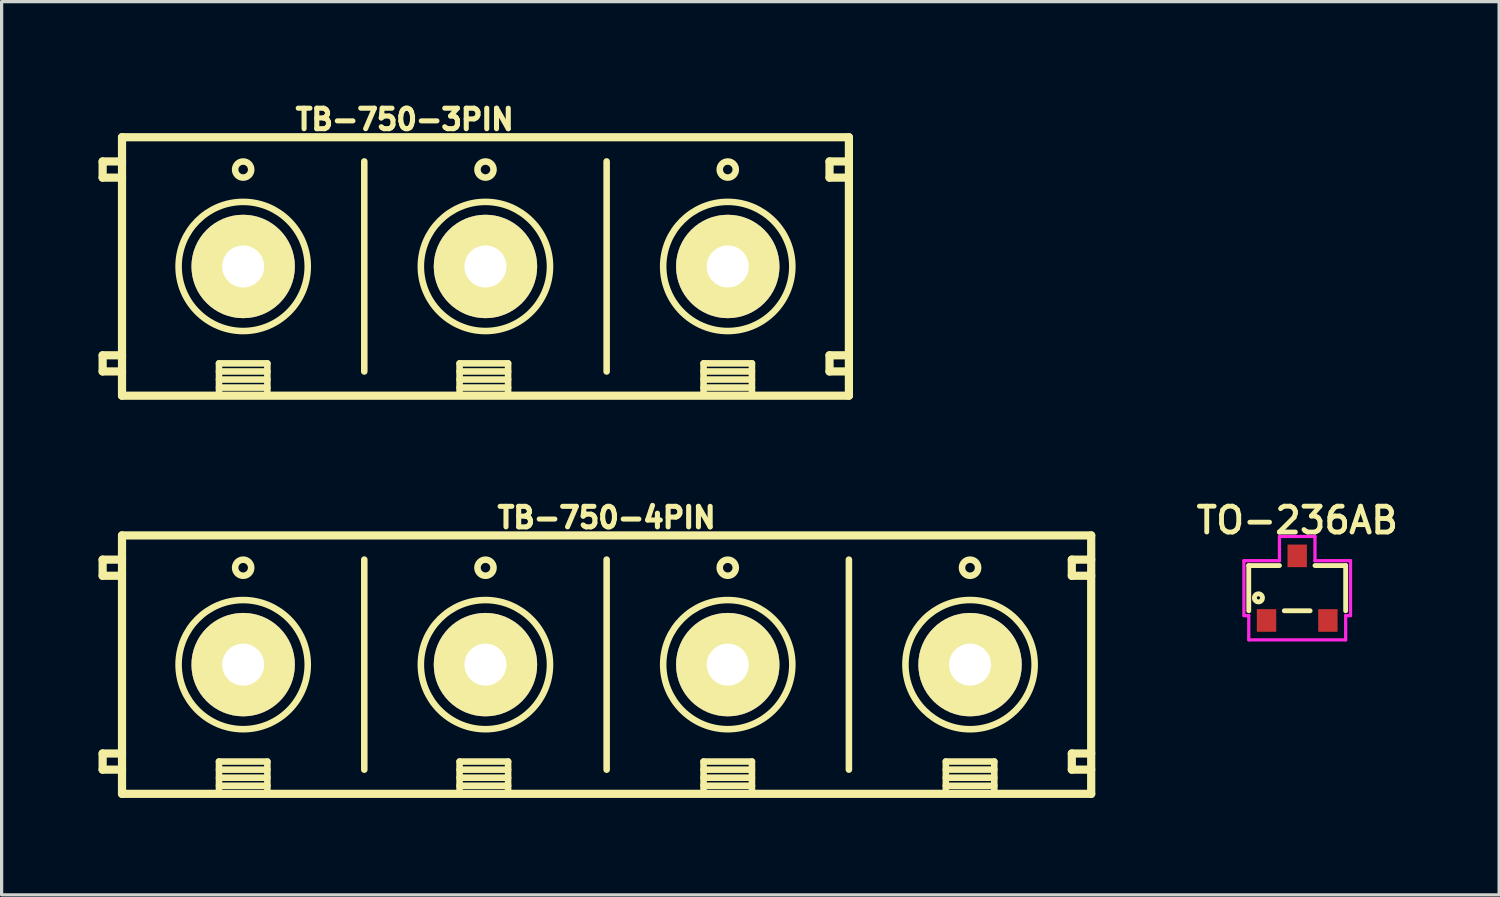
<source format=kicad_pcb>
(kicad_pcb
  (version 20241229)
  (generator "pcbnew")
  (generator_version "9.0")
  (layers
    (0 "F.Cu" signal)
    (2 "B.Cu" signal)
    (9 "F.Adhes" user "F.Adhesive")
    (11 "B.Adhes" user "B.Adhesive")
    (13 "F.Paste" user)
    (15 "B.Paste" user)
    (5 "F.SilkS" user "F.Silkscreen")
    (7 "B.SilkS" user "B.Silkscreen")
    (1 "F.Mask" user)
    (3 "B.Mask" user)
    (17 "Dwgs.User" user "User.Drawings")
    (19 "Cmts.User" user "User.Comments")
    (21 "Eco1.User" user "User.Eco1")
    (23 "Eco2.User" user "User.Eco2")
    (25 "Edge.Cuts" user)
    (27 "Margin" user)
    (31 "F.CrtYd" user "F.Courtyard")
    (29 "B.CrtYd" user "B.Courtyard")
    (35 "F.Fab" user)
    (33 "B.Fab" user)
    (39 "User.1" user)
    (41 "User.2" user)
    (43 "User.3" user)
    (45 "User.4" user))
  (footprint "TO-236AB"
    (layer "F.Cu")
    (at 37.104 15.156)
    (property "Reference" "TO-236AB" (at 0 -2.1 180) (layer "F.SilkS") (effects (font (size 0.8 0.8) (thickness 0.15))))
    (attr smd)
    (fp_line (start -1.5 -0.7) (end -1.5 0.7) (stroke (width 0.15) (type solid)) (layer "F.SilkS"))
    (fp_line (start -1.5 -0.7) (end -0.55 -0.7) (stroke (width 0.15) (type solid)) (layer "F.SilkS"))
    (fp_line (start -0.4 0.7) (end 0.4 0.7) (stroke (width 0.15) (type solid)) (layer "F.SilkS"))
    (fp_line (start 1.5 -0.7) (end 0.55 -0.7) (stroke (width 0.15) (type solid)) (layer "F.SilkS"))
    (fp_line (start 1.5 -0.7) (end 1.5 0.7) (stroke (width 0.15) (type solid)) (layer "F.SilkS"))
    (fp_circle (center -1.2 0.3) (end -1.15 0.3) (stroke (width 0.15) (type solid)) (fill no) (layer "F.SilkS"))
    (fp_line (start -1.65 -0.85) (end -0.55 -0.85) (stroke (width 0.1) (type solid)) (layer "F.CrtYd"))
    (fp_line (start -1.65 0.85) (end -1.65 -0.85) (stroke (width 0.1) (type solid)) (layer "F.CrtYd"))
    (fp_line (start -1.5 0.85) (end -1.65 0.85) (stroke (width 0.1) (type solid)) (layer "F.CrtYd"))
    (fp_line (start -1.5 1.6) (end -1.5 0.85) (stroke (width 0.1) (type solid)) (layer "F.CrtYd"))
    (fp_line (start -1.5 1.6) (end 1.5 1.6) (stroke (width 0.1) (type solid)) (layer "F.CrtYd"))
    (fp_line (start -0.55 -1.6) (end 0.55 -1.6) (stroke (width 0.1) (type solid)) (layer "F.CrtYd"))
    (fp_line (start -0.55 -0.85) (end -0.55 -1.6) (stroke (width 0.1) (type solid)) (layer "F.CrtYd"))
    (fp_line (start 0.55 -0.85) (end 0.55 -1.6) (stroke (width 0.1) (type solid)) (layer "F.CrtYd"))
    (fp_line (start 1.5 0.85) (end 1.65 0.85) (stroke (width 0.1) (type solid)) (layer "F.CrtYd"))
    (fp_line (start 1.5 1.6) (end 1.5 0.85) (stroke (width 0.1) (type solid)) (layer "F.CrtYd"))
    (fp_line (start 1.65 -0.85) (end 0.55 -0.85) (stroke (width 0.1) (type solid)) (layer "F.CrtYd"))
    (fp_line (start 1.65 0.85) (end 1.65 -0.85) (stroke (width 0.1) (type solid)) (layer "F.CrtYd"))
    (pad "1" smd rect (at -0.95 1) (size 0.6 0.7) (layers "F.Cu" "F.Mask" "F.Paste"))
    (pad "2" smd rect (at 0.95 1) (size 0.6 0.7) (layers "F.Cu" "F.Mask" "F.Paste"))
    (pad "3" smd rect (at 0 -1) (size 0.6 0.7) (layers "F.Cu" "F.Mask" "F.Paste")))
  (footprint "TB-750-4PIN"
    (layer "F.Cu")
    (at 4.477 17.523)
    (property "Reference" "TB-750-4PIN" (at 11.25 -4.55 0) (layer "F.SilkS") (effects (font (size 0.635 0.635) (thickness 0.157))))
    (attr through_hole)
    (fp_line (start -4.35 -3.25) (end -4.35 -2.75) (stroke (width 0.254) (type solid)) (layer "F.SilkS"))
    (fp_line (start -4.35 -3.25) (end -3.75 -3.25) (stroke (width 0.254) (type solid)) (layer "F.SilkS"))
    (fp_line (start -4.35 2.75) (end -4.35 3.25) (stroke (width 0.254) (type solid)) (layer "F.SilkS"))
    (fp_line (start -4.35 2.75) (end -3.75 2.75) (stroke (width 0.254) (type solid)) (layer "F.SilkS"))
    (fp_line (start -3.75 -4) (end -3.75 4) (stroke (width 0.254) (type solid)) (layer "F.SilkS"))
    (fp_line (start -3.75 -2.75) (end -4.35 -2.75) (stroke (width 0.254) (type solid)) (layer "F.SilkS"))
    (fp_line (start -3.75 3.25) (end -4.35 3.25) (stroke (width 0.254) (type solid)) (layer "F.SilkS"))
    (fp_line (start -3.75 4) (end 26.25 4) (stroke (width 0.254) (type solid)) (layer "F.SilkS"))
    (fp_line (start -0.749 3) (end 0.749 3) (stroke (width 0.203) (type solid)) (layer "F.SilkS"))
    (fp_line (start -0.749 3.251) (end 0.749 3.251) (stroke (width 0.203) (type solid)) (layer "F.SilkS"))
    (fp_line (start -0.749 3.5) (end 0.749 3.5) (stroke (width 0.203) (type solid)) (layer "F.SilkS"))
    (fp_line (start -0.749 3.749) (end 0.749 3.749) (stroke (width 0.203) (type solid)) (layer "F.SilkS"))
    (fp_line (start -0.749 4) (end -0.749 3) (stroke (width 0.203) (type solid)) (layer "F.SilkS"))
    (fp_line (start 0.749 4) (end 0.749 3) (stroke (width 0.203) (type solid)) (layer "F.SilkS"))
    (fp_line (start 3.749 3.251) (end 3.749 -3.251) (stroke (width 0.203) (type solid)) (layer "F.SilkS"))
    (fp_line (start 6.699 3) (end 6.699 4) (stroke (width 0.203) (type solid)) (layer "F.SilkS"))
    (fp_line (start 6.699 3) (end 8.201 3) (stroke (width 0.203) (type solid)) (layer "F.SilkS"))
    (fp_line (start 6.699 3.251) (end 8.201 3.251) (stroke (width 0.203) (type solid)) (layer "F.SilkS"))
    (fp_line (start 6.699 3.5) (end 8.201 3.5) (stroke (width 0.203) (type solid)) (layer "F.SilkS"))
    (fp_line (start 6.699 3.749) (end 8.201 3.749) (stroke (width 0.203) (type solid)) (layer "F.SilkS"))
    (fp_line (start 8.201 3) (end 8.201 4) (stroke (width 0.203) (type solid)) (layer "F.SilkS"))
    (fp_line (start 11.251 -3.251) (end 11.251 3.251) (stroke (width 0.203) (type solid)) (layer "F.SilkS"))
    (fp_line (start 14.251 3) (end 15.749 3) (stroke (width 0.203) (type solid)) (layer "F.SilkS"))
    (fp_line (start 14.251 3.251) (end 15.749 3.251) (stroke (width 0.203) (type solid)) (layer "F.SilkS"))
    (fp_line (start 14.251 3.5) (end 15.749 3.5) (stroke (width 0.203) (type solid)) (layer "F.SilkS"))
    (fp_line (start 14.251 3.749) (end 15.749 3.749) (stroke (width 0.203) (type solid)) (layer "F.SilkS"))
    (fp_line (start 14.251 4) (end 14.251 3) (stroke (width 0.203) (type solid)) (layer "F.SilkS"))
    (fp_line (start 15.749 3) (end 15.749 4) (stroke (width 0.203) (type solid)) (layer "F.SilkS"))
    (fp_line (start 18.75 3.25) (end 18.75 -3.25) (stroke (width 0.203) (type solid)) (layer "F.SilkS"))
    (fp_line (start 21.75 3) (end 21.75 4) (stroke (width 0.203) (type solid)) (layer "F.SilkS"))
    (fp_line (start 21.75 3) (end 23.25 3) (stroke (width 0.203) (type solid)) (layer "F.SilkS"))
    (fp_line (start 21.75 3.25) (end 23.25 3.25) (stroke (width 0.203) (type solid)) (layer "F.SilkS"))
    (fp_line (start 21.75 3.5) (end 23.25 3.5) (stroke (width 0.203) (type solid)) (layer "F.SilkS"))
    (fp_line (start 21.75 3.75) (end 23.25 3.75) (stroke (width 0.203) (type solid)) (layer "F.SilkS"))
    (fp_line (start 23.25 3) (end 23.25 4) (stroke (width 0.203) (type solid)) (layer "F.SilkS"))
    (fp_line (start 25.65 -3.25) (end 25.65 -2.75) (stroke (width 0.254) (type solid)) (layer "F.SilkS"))
    (fp_line (start 25.65 -3.25) (end 26.25 -3.25) (stroke (width 0.254) (type solid)) (layer "F.SilkS"))
    (fp_line (start 25.65 2.75) (end 25.65 3.25) (stroke (width 0.254) (type solid)) (layer "F.SilkS"))
    (fp_line (start 25.65 2.75) (end 26.25 2.75) (stroke (width 0.254) (type solid)) (layer "F.SilkS"))
    (fp_line (start 26.25 -4) (end -3.75 -4) (stroke (width 0.254) (type solid)) (layer "F.SilkS"))
    (fp_line (start 26.25 -2.75) (end 25.65 -2.75) (stroke (width 0.254) (type solid)) (layer "F.SilkS"))
    (fp_line (start 26.25 3.25) (end 25.65 3.25) (stroke (width 0.254) (type solid)) (layer "F.SilkS"))
    (fp_line (start 26.25 4) (end 26.25 -4) (stroke (width 0.254) (type solid)) (layer "F.SilkS"))
    (fp_circle (center 0 -3) (end 0.249 -3) (stroke (width 0.203) (type solid)) (fill no) (layer "F.SilkS"))
    (fp_circle (center 0 0) (end 1.999 0) (stroke (width 0.203) (type solid)) (fill no) (layer "F.SilkS"))
    (fp_circle (center 7.499 0) (end 5.5 0) (stroke (width 0.203) (type solid)) (fill no) (layer "F.SilkS"))
    (fp_circle (center 7.501 -3) (end 7.75 -3) (stroke (width 0.203) (type solid)) (fill no) (layer "F.SilkS"))
    (fp_circle (center 15 -3) (end 15.249 -3) (stroke (width 0.203) (type solid)) (fill no) (layer "F.SilkS"))
    (fp_circle (center 15 0) (end 16.999 0) (stroke (width 0.203) (type solid)) (fill no) (layer "F.SilkS"))
    (fp_circle (center 22.5 -3) (end 22.75 -3) (stroke (width 0.203) (type solid)) (fill no) (layer "F.SilkS"))
    (fp_circle (center 22.5 0) (end 20.5 0) (stroke (width 0.203) (type solid)) (fill no) (layer "F.SilkS"))
    (pad "1" thru_hole circle (at 0 0) (size 3.2 3.2) (drill 1.3) (layers "*.Cu" "*.Mask" "F.SilkS"))
    (pad "2" thru_hole circle (at 7.5 0) (size 3.2 3.2) (drill 1.3) (layers "*.Cu" "*.Mask" "F.SilkS"))
    (pad "3" thru_hole circle (at 15 0) (size 3.2 3.2) (drill 1.3) (layers "*.Cu" "*.Mask" "F.SilkS"))
    (pad "4" thru_hole circle (at 22.5 0) (size 3.2 3.2) (drill 1.3) (layers "*.Cu" "*.Mask" "F.SilkS")))
  (footprint "TB-750-3PIN"
    (layer "F.Cu")
    (at 4.477 5.198)
    (property "Reference" "TB-750-3PIN" (at 5 -4.55 0) (layer "F.SilkS") (effects (font (size 0.635 0.635) (thickness 0.157))))
    (attr through_hole)
    (fp_line (start -4.35 -3.25) (end -4.35 -2.75) (stroke (width 0.254) (type solid)) (layer "F.SilkS"))
    (fp_line (start -4.35 -3.25) (end -3.75 -3.25) (stroke (width 0.254) (type solid)) (layer "F.SilkS"))
    (fp_line (start -4.35 2.75) (end -4.35 3.25) (stroke (width 0.254) (type solid)) (layer "F.SilkS"))
    (fp_line (start -4.35 2.75) (end -3.75 2.75) (stroke (width 0.254) (type solid)) (layer "F.SilkS"))
    (fp_line (start -3.75 -4) (end -3.75 4) (stroke (width 0.254) (type solid)) (layer "F.SilkS"))
    (fp_line (start -3.75 -2.75) (end -4.35 -2.75) (stroke (width 0.254) (type solid)) (layer "F.SilkS"))
    (fp_line (start -3.75 3.25) (end -4.35 3.25) (stroke (width 0.254) (type solid)) (layer "F.SilkS"))
    (fp_line (start -3.75 4) (end 18.75 4) (stroke (width 0.254) (type solid)) (layer "F.SilkS"))
    (fp_line (start -0.749 3) (end 0.749 3) (stroke (width 0.203) (type solid)) (layer "F.SilkS"))
    (fp_line (start -0.749 3.251) (end 0.749 3.251) (stroke (width 0.203) (type solid)) (layer "F.SilkS"))
    (fp_line (start -0.749 3.5) (end 0.749 3.5) (stroke (width 0.203) (type solid)) (layer "F.SilkS"))
    (fp_line (start -0.749 3.749) (end 0.749 3.749) (stroke (width 0.203) (type solid)) (layer "F.SilkS"))
    (fp_line (start -0.749 4) (end -0.749 3) (stroke (width 0.203) (type solid)) (layer "F.SilkS"))
    (fp_line (start 0.749 4) (end 0.749 3) (stroke (width 0.203) (type solid)) (layer "F.SilkS"))
    (fp_line (start 3.749 3.251) (end 3.749 -3.251) (stroke (width 0.203) (type solid)) (layer "F.SilkS"))
    (fp_line (start 6.699 3) (end 6.699 4) (stroke (width 0.203) (type solid)) (layer "F.SilkS"))
    (fp_line (start 6.699 3) (end 8.201 3) (stroke (width 0.203) (type solid)) (layer "F.SilkS"))
    (fp_line (start 6.699 3.251) (end 8.201 3.251) (stroke (width 0.203) (type solid)) (layer "F.SilkS"))
    (fp_line (start 6.699 3.5) (end 8.201 3.5) (stroke (width 0.203) (type solid)) (layer "F.SilkS"))
    (fp_line (start 6.699 3.749) (end 8.201 3.749) (stroke (width 0.203) (type solid)) (layer "F.SilkS"))
    (fp_line (start 8.201 3) (end 8.201 4) (stroke (width 0.203) (type solid)) (layer "F.SilkS"))
    (fp_line (start 11.251 -3.251) (end 11.251 3.251) (stroke (width 0.203) (type solid)) (layer "F.SilkS"))
    (fp_line (start 14.251 3) (end 15.749 3) (stroke (width 0.203) (type solid)) (layer "F.SilkS"))
    (fp_line (start 14.251 3.251) (end 15.749 3.251) (stroke (width 0.203) (type solid)) (layer "F.SilkS"))
    (fp_line (start 14.251 3.5) (end 15.749 3.5) (stroke (width 0.203) (type solid)) (layer "F.SilkS"))
    (fp_line (start 14.251 3.749) (end 15.749 3.749) (stroke (width 0.203) (type solid)) (layer "F.SilkS"))
    (fp_line (start 14.251 4) (end 14.251 3) (stroke (width 0.203) (type solid)) (layer "F.SilkS"))
    (fp_line (start 15.749 3) (end 15.749 4) (stroke (width 0.203) (type solid)) (layer "F.SilkS"))
    (fp_line (start 18.15 -3.25) (end 18.15 -2.75) (stroke (width 0.254) (type solid)) (layer "F.SilkS"))
    (fp_line (start 18.15 -3.25) (end 18.75 -3.25) (stroke (width 0.254) (type solid)) (layer "F.SilkS"))
    (fp_line (start 18.15 2.75) (end 18.15 3.25) (stroke (width 0.254) (type solid)) (layer "F.SilkS"))
    (fp_line (start 18.15 2.75) (end 18.75 2.75) (stroke (width 0.254) (type solid)) (layer "F.SilkS"))
    (fp_line (start 18.75 -4) (end -3.75 -4) (stroke (width 0.254) (type solid)) (layer "F.SilkS"))
    (fp_line (start 18.75 -2.75) (end 18.15 -2.75) (stroke (width 0.254) (type solid)) (layer "F.SilkS"))
    (fp_line (start 18.75 3.25) (end 18.15 3.25) (stroke (width 0.254) (type solid)) (layer "F.SilkS"))
    (fp_line (start 18.75 4) (end 18.75 -4) (stroke (width 0.254) (type solid)) (layer "F.SilkS"))
    (fp_circle (center 0 -3) (end 0.249 -3) (stroke (width 0.203) (type solid)) (fill no) (layer "F.SilkS"))
    (fp_circle (center 0 0) (end 1.999 0) (stroke (width 0.203) (type solid)) (fill no) (layer "F.SilkS"))
    (fp_circle (center 7.499 0) (end 5.5 0) (stroke (width 0.203) (type solid)) (fill no) (layer "F.SilkS"))
    (fp_circle (center 7.501 -3) (end 7.75 -3) (stroke (width 0.203) (type solid)) (fill no) (layer "F.SilkS"))
    (fp_circle (center 15 -3) (end 15.249 -3) (stroke (width 0.203) (type solid)) (fill no) (layer "F.SilkS"))
    (fp_circle (center 15 0) (end 16.999 0) (stroke (width 0.203) (type solid)) (fill no) (layer "F.SilkS"))
    (pad "1" thru_hole circle (at 0 0) (size 3.2 3.2) (drill 1.3) (layers "*.Cu" "*.Mask" "F.SilkS"))
    (pad "2" thru_hole circle (at 7.5 0) (size 3.2 3.2) (drill 1.3) (layers "*.Cu" "*.Mask" "F.SilkS"))
    (pad "3" thru_hole circle (at 15 0) (size 3.2 3.2) (drill 1.3) (layers "*.Cu" "*.Mask" "F.SilkS")))
  (gr_rect
    (start -3 -3)
    (end 43.354 24.65)
    (stroke (width 0.1) (type default))
    (fill no)
    (layer "Edge.Cuts")))
</source>
